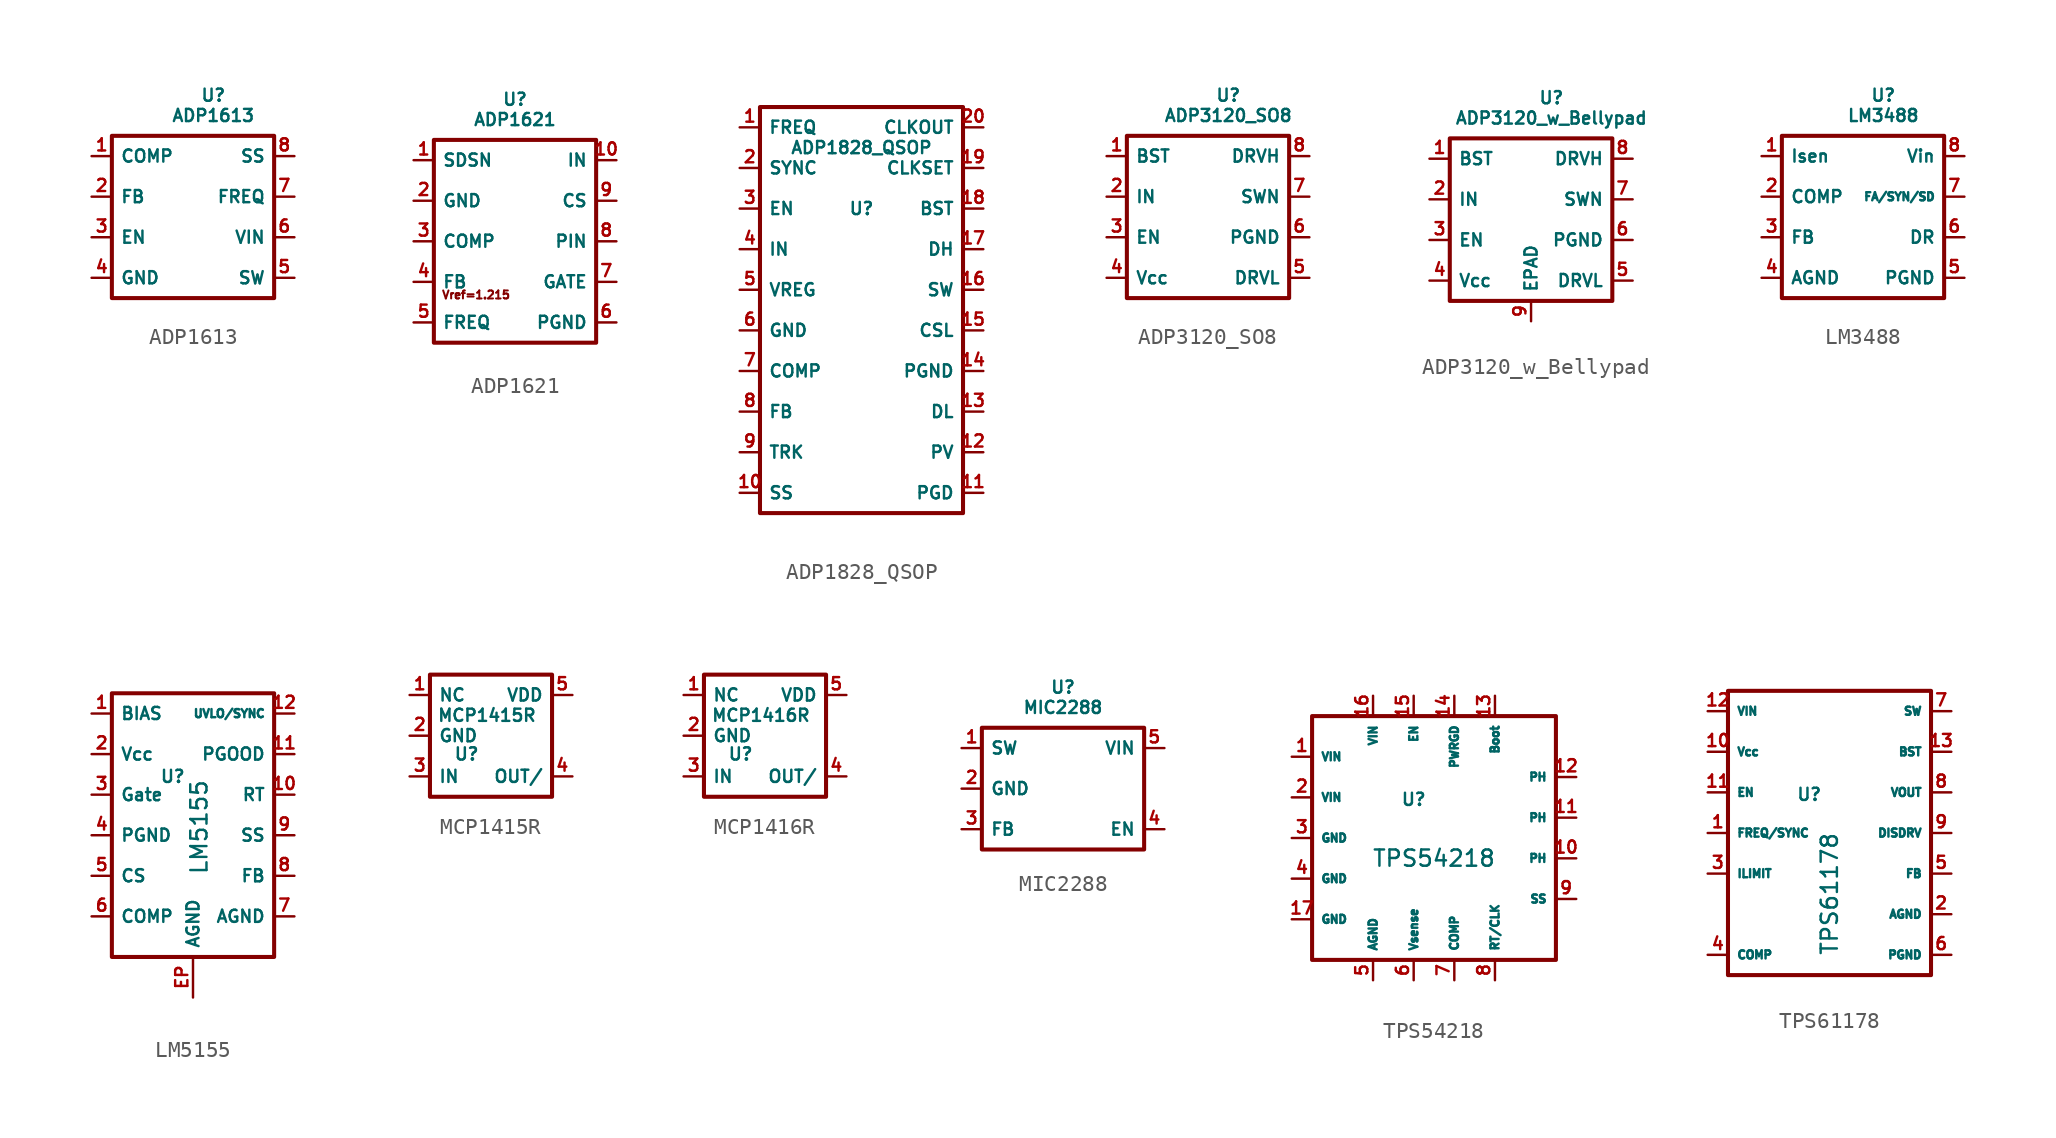
<source format=kicad_sym>
(kicad_symbol_lib
  (version 20210619)
  (generator kicad_symbol_editor)
  (symbol "Bobs_Power_Switching_ICs:ADP1613"
    (property "Reference" "U"
      (at 1.27 7.62 0)
      (effects (font (size 0.762 0.762))))
    (property "Value" "ADP1613"
      (at 1.27 6.35 0)
      (effects (font (size 0.762 0.762))))
    (symbol "ADP1613_0_1"
      (rectangle (start -5.08 5.08) (end 5.08 -5.08) (stroke (width 0.254)) (fill (type none))))
    (symbol "ADP1613_1_1"
      (pin bidirectional line (at -6.35 3.81 0) (length 1.27) (name "COMP" (effects (font (size 0.762 0.762)))) (number "1" (effects (font (size 0.762 0.762)))))
      (pin input line (at -6.35 1.27 0) (length 1.27) (name "FB" (effects (font (size 0.762 0.762)))) (number "2" (effects (font (size 0.762 0.762)))))
      (pin input line (at -6.35 -1.27 0) (length 1.27) (name "EN" (effects (font (size 0.762 0.762)))) (number "3" (effects (font (size 0.762 0.762)))))
      (pin power_in line (at -6.35 -3.81 0) (length 1.27) (name "GND" (effects (font (size 0.762 0.762)))) (number "4" (effects (font (size 0.762 0.762)))))
      (pin power_out line (at 6.35 -3.81 180) (length 1.27) (name "SW" (effects (font (size 0.762 0.762)))) (number "5" (effects (font (size 0.762 0.762)))))
      (pin power_in line (at 6.35 -1.27 180) (length 1.27) (name "VIN" (effects (font (size 0.762 0.762)))) (number "6" (effects (font (size 0.762 0.762)))))
      (pin input line (at 6.35 1.27 180) (length 1.27) (name "FREQ" (effects (font (size 0.762 0.762)))) (number "7" (effects (font (size 0.762 0.762)))))
      (pin bidirectional line (at 6.35 3.81 180) (length 1.27) (name "SS" (effects (font (size 0.762 0.762)))) (number "8" (effects (font (size 0.762 0.762)))))))
  (symbol "Bobs_Power_Switching_ICs:ADP1621"
    (property "Reference" "U"
      (at 0 8.89 0)
      (effects (font (size 0.762 0.762))))
    (property "Value" "ADP1621"
      (at 0 7.62 0)
      (effects (font (size 0.762 0.762))))
    (symbol "ADP1621_0_0"
      (text "Vref=1.215" (at -2.438 -3.353 0) (effects (font (size 0.5 0.5)))))
    (symbol "ADP1621_0_1"
      (rectangle (start -5.08 6.35) (end 5.08 -6.35) (stroke (width 0.254)) (fill (type none))))
    (symbol "ADP1621_1_1"
      (pin input line (at -6.35 5.08 0) (length 1.27) (name "SDSN" (effects (font (size 0.762 0.762)))) (number "1" (effects (font (size 0.762 0.762)))))
      (pin power_in line (at 6.35 5.08 180) (length 1.27) (name "IN" (effects (font (size 0.762 0.762)))) (number "10" (effects (font (size 0.762 0.762)))))
      (pin power_in line (at -6.35 2.54 0) (length 1.27) (name "GND" (effects (font (size 0.762 0.762)))) (number "2" (effects (font (size 0.762 0.762)))))
      (pin bidirectional line (at -6.35 0 0) (length 1.27) (name "COMP" (effects (font (size 0.762 0.762)))) (number "3" (effects (font (size 0.762 0.762)))))
      (pin input line (at -6.35 -2.54 0) (length 1.27) (name "FB" (effects (font (size 0.762 0.762)))) (number "4" (effects (font (size 0.762 0.762)))))
      (pin bidirectional line (at -6.35 -5.08 0) (length 1.27) (name "FREQ" (effects (font (size 0.762 0.762)))) (number "5" (effects (font (size 0.762 0.762)))))
      (pin power_in line (at 6.35 -5.08 180) (length 1.27) (name "PGND" (effects (font (size 0.762 0.762)))) (number "6" (effects (font (size 0.762 0.762)))))
      (pin output line (at 6.35 -2.54 180) (length 1.27) (name "GATE" (effects (font (size 0.762 0.762)))) (number "7" (effects (font (size 0.762 0.762)))))
      (pin power_in line (at 6.35 0 180) (length 1.27) (name "PIN" (effects (font (size 0.762 0.762)))) (number "8" (effects (font (size 0.762 0.762)))))
      (pin input line (at 6.35 2.54 180) (length 1.27) (name "CS" (effects (font (size 0.762 0.762)))) (number "9" (effects (font (size 0.762 0.762)))))))
  (symbol "Bobs_Power_Switching_ICs:ADP1828_QSOP"
    (property "Reference" "U"
      (at 0 6.35 0)
      (effects (font (size 0.762 0.762))))
    (property "Value" "ADP1828_QSOP"
      (at 0 10.16 0)
      (effects (font (size 0.762 0.762))))
    (symbol "ADP1828_QSOP_0_1"
      (rectangle (start -6.35 12.7) (end 6.35 -12.7) (stroke (width 0.254)) (fill (type none))))
    (symbol "ADP1828_QSOP_1_1"
      (pin input line (at -7.62 11.43 0) (length 1.27) (name "FREQ" (effects (font (size 0.762 0.762)))) (number "1" (effects (font (size 0.762 0.762)))))
      (pin input line (at -7.62 -11.43 0) (length 1.27) (name "SS" (effects (font (size 0.762 0.762)))) (number "10" (effects (font (size 0.762 0.762)))))
      (pin output line (at 7.62 -11.43 180) (length 1.27) (name "PGD" (effects (font (size 0.762 0.762)))) (number "11" (effects (font (size 0.762 0.762)))))
      (pin input line (at 7.62 -8.89 180) (length 1.27) (name "PV" (effects (font (size 0.762 0.762)))) (number "12" (effects (font (size 0.762 0.762)))))
      (pin output line (at 7.62 -6.35 180) (length 1.27) (name "DL" (effects (font (size 0.762 0.762)))) (number "13" (effects (font (size 0.762 0.762)))))
      (pin power_in line (at 7.62 -3.81 180) (length 1.27) (name "PGND" (effects (font (size 0.762 0.762)))) (number "14" (effects (font (size 0.762 0.762)))))
      (pin input line (at 7.62 -1.27 180) (length 1.27) (name "CSL" (effects (font (size 0.762 0.762)))) (number "15" (effects (font (size 0.762 0.762)))))
      (pin input line (at 7.62 1.27 180) (length 1.27) (name "SW" (effects (font (size 0.762 0.762)))) (number "16" (effects (font (size 0.762 0.762)))))
      (pin output line (at 7.62 3.81 180) (length 1.27) (name "DH" (effects (font (size 0.762 0.762)))) (number "17" (effects (font (size 0.762 0.762)))))
      (pin input line (at 7.62 6.35 180) (length 1.27) (name "BST" (effects (font (size 0.762 0.762)))) (number "18" (effects (font (size 0.762 0.762)))))
      (pin input line (at 7.62 8.89 180) (length 1.27) (name "CLKSET" (effects (font (size 0.762 0.762)))) (number "19" (effects (font (size 0.762 0.762)))))
      (pin input line (at -7.62 8.89 0) (length 1.27) (name "SYNC" (effects (font (size 0.762 0.762)))) (number "2" (effects (font (size 0.762 0.762)))))
      (pin output line (at 7.62 11.43 180) (length 1.27) (name "CLKOUT" (effects (font (size 0.762 0.762)))) (number "20" (effects (font (size 0.762 0.762)))))
      (pin input line (at -7.62 6.35 0) (length 1.27) (name "EN" (effects (font (size 0.762 0.762)))) (number "3" (effects (font (size 0.762 0.762)))))
      (pin input line (at -7.62 3.81 0) (length 1.27) (name "IN" (effects (font (size 0.762 0.762)))) (number "4" (effects (font (size 0.762 0.762)))))
      (pin power_out line (at -7.62 1.27 0) (length 1.27) (name "VREG" (effects (font (size 0.762 0.762)))) (number "5" (effects (font (size 0.762 0.762)))))
      (pin power_in line (at -7.62 -1.27 0) (length 1.27) (name "GND" (effects (font (size 0.762 0.762)))) (number "6" (effects (font (size 0.762 0.762)))))
      (pin output line (at -7.62 -3.81 0) (length 1.27) (name "COMP" (effects (font (size 0.762 0.762)))) (number "7" (effects (font (size 0.762 0.762)))))
      (pin input line (at -7.62 -6.35 0) (length 1.27) (name "FB" (effects (font (size 0.762 0.762)))) (number "8" (effects (font (size 0.762 0.762)))))
      (pin input line (at -7.62 -8.89 0) (length 1.27) (name "TRK" (effects (font (size 0.762 0.762)))) (number "9" (effects (font (size 0.762 0.762)))))))
  (symbol "Bobs_Power_Switching_ICs:ADP3120_SO8"
    (property "Reference" "U"
      (at 1.27 7.62 0)
      (effects (font (size 0.762 0.762))))
    (property "Value" "ADP3120_SO8"
      (at 1.27 6.35 0)
      (effects (font (size 0.762 0.762))))
    (symbol "ADP3120_SO8_0_1"
      (rectangle (start -5.08 5.08) (end 5.08 -5.08) (stroke (width 0.254)) (fill (type none))))
    (symbol "ADP3120_SO8_1_1"
      (pin power_in line (at -6.35 3.81 0) (length 1.27) (name "BST" (effects (font (size 0.762 0.762)))) (number "1" (effects (font (size 0.762 0.762)))))
      (pin input line (at -6.35 1.27 0) (length 1.27) (name "IN" (effects (font (size 0.762 0.762)))) (number "2" (effects (font (size 0.762 0.762)))))
      (pin input line (at -6.35 -1.27 0) (length 1.27) (name "EN" (effects (font (size 0.762 0.762)))) (number "3" (effects (font (size 0.762 0.762)))))
      (pin power_in line (at -6.35 -3.81 0) (length 1.27) (name "Vcc" (effects (font (size 0.762 0.762)))) (number "4" (effects (font (size 0.762 0.762)))))
      (pin output line (at 6.35 -3.81 180) (length 1.27) (name "DRVL" (effects (font (size 0.762 0.762)))) (number "5" (effects (font (size 0.762 0.762)))))
      (pin power_in line (at 6.35 -1.27 180) (length 1.27) (name "PGND" (effects (font (size 0.762 0.762)))) (number "6" (effects (font (size 0.762 0.762)))))
      (pin bidirectional line (at 6.35 1.27 180) (length 1.27) (name "SWN" (effects (font (size 0.762 0.762)))) (number "7" (effects (font (size 0.762 0.762)))))
      (pin output line (at 6.35 3.81 180) (length 1.27) (name "DRVH" (effects (font (size 0.762 0.762)))) (number "8" (effects (font (size 0.762 0.762)))))))
  (symbol "Bobs_Power_Switching_ICs:ADP3120_w_Bellypad"
    (property "Reference" "U"
      (at 1.27 7.62 0)
      (effects (font (size 0.762 0.762))))
    (property "Value" "ADP3120_w_Bellypad"
      (at 1.27 6.35 0)
      (effects (font (size 0.762 0.762))))
    (symbol "ADP3120_w_Bellypad_0_1"
      (rectangle (start -5.08 5.08) (end 5.08 -5.08) (stroke (width 0.254)) (fill (type none))))
    (symbol "ADP3120_w_Bellypad_1_1"
      (pin power_in line (at -6.35 3.81 0) (length 1.27) (name "BST" (effects (font (size 0.762 0.762)))) (number "1" (effects (font (size 0.762 0.762)))))
      (pin input line (at -6.35 1.27 0) (length 1.27) (name "IN" (effects (font (size 0.762 0.762)))) (number "2" (effects (font (size 0.762 0.762)))))
      (pin input line (at -6.35 -1.27 0) (length 1.27) (name "EN" (effects (font (size 0.762 0.762)))) (number "3" (effects (font (size 0.762 0.762)))))
      (pin power_in line (at -6.35 -3.81 0) (length 1.27) (name "Vcc" (effects (font (size 0.762 0.762)))) (number "4" (effects (font (size 0.762 0.762)))))
      (pin output line (at 6.35 -3.81 180) (length 1.27) (name "DRVL" (effects (font (size 0.762 0.762)))) (number "5" (effects (font (size 0.762 0.762)))))
      (pin power_in line (at 6.35 -1.27 180) (length 1.27) (name "PGND" (effects (font (size 0.762 0.762)))) (number "6" (effects (font (size 0.762 0.762)))))
      (pin bidirectional line (at 6.35 1.27 180) (length 1.27) (name "SWN" (effects (font (size 0.762 0.762)))) (number "7" (effects (font (size 0.762 0.762)))))
      (pin output line (at 6.35 3.81 180) (length 1.27) (name "DRVH" (effects (font (size 0.762 0.762)))) (number "8" (effects (font (size 0.762 0.762)))))
      (pin output line (at 0 -6.35 90) (length 1.27) (name "EPAD" (effects (font (size 0.762 0.762)))) (number "9" (effects (font (size 0.762 0.762)))))))
  (symbol "Bobs_Power_Switching_ICs:LM3488"
    (property "Reference" "U"
      (at 1.27 7.62 0)
      (effects (font (size 0.762 0.762))))
    (property "Value" "LM3488"
      (at 1.27 6.35 0)
      (effects (font (size 0.762 0.762))))
    (symbol "LM3488_0_1"
      (rectangle (start -5.08 5.08) (end 5.08 -5.08) (stroke (width 0.254)) (fill (type none))))
    (symbol "LM3488_1_1"
      (pin input line (at -6.35 3.81 0) (length 1.27) (name "Isen" (effects (font (size 0.762 0.762)))) (number "1" (effects (font (size 0.762 0.762)))))
      (pin bidirectional line (at -6.35 1.27 0) (length 1.27) (name "COMP" (effects (font (size 0.762 0.762)))) (number "2" (effects (font (size 0.762 0.762)))))
      (pin input line (at -6.35 -1.27 0) (length 1.27) (name "FB" (effects (font (size 0.762 0.762)))) (number "3" (effects (font (size 0.762 0.762)))))
      (pin power_in line (at -6.35 -3.81 0) (length 1.27) (name "AGND" (effects (font (size 0.762 0.762)))) (number "4" (effects (font (size 0.762 0.762)))))
      (pin power_in line (at 6.35 -3.81 180) (length 1.27) (name "PGND" (effects (font (size 0.762 0.762)))) (number "5" (effects (font (size 0.762 0.762)))))
      (pin output line (at 6.35 -1.27 180) (length 1.27) (name "DR" (effects (font (size 0.762 0.762)))) (number "6" (effects (font (size 0.762 0.762)))))
      (pin input line (at 6.35 1.27 180) (length 1.27) (name "FA/SYN/SD" (effects (font (size 0.508 0.508)))) (number "7" (effects (font (size 0.762 0.762)))))
      (pin power_in line (at 6.35 3.81 180) (length 1.27) (name "Vin" (effects (font (size 0.762 0.762)))) (number "8" (effects (font (size 0.762 0.762)))))))
  (symbol "Bobs_Power_Switching_ICs:LM5155"
    (property "Reference" "U"
      (at -1.27 2.413 0)
      (effects (font (size 0.762 0.762))))
    (property "Value" "LM5155"
      (at 0.381 -0.762 90)
      (effects (font (size 1.016 1.016))))
    (symbol "LM5155_0_1"
      (rectangle (start -5.08 7.62) (end 5.08 -8.89) (stroke (width 0.254)) (fill (type none))))
    (symbol "LM5155_1_1"
      (pin power_in line (at -6.35 6.35 0) (length 1.27) (name "BIAS" (effects (font (size 0.762 0.762)))) (number "1" (effects (font (size 0.762 0.762)))))
      (pin bidirectional line (at 6.35 1.27 180) (length 1.27) (name "RT" (effects (font (size 0.762 0.762)))) (number "10" (effects (font (size 0.762 0.762)))))
      (pin output line (at 6.35 3.81 180) (length 1.27) (name "PGOOD" (effects (font (size 0.762 0.762)))) (number "11" (effects (font (size 0.762 0.762)))))
      (pin input line (at 6.35 6.35 180) (length 1.27) (name "UVLO/SYNC" (effects (font (size 0.508 0.508)))) (number "12" (effects (font (size 0.762 0.762)))))
      (pin bidirectional line (at -6.35 3.81 0) (length 1.27) (name "Vcc" (effects (font (size 0.762 0.762)))) (number "2" (effects (font (size 0.762 0.762)))))
      (pin output line (at -6.35 1.27 0) (length 1.27) (name "Gate" (effects (font (size 0.762 0.762)))) (number "3" (effects (font (size 0.762 0.762)))))
      (pin power_in line (at -6.35 -1.27 0) (length 1.27) (name "PGND" (effects (font (size 0.762 0.762)))) (number "4" (effects (font (size 0.762 0.762)))))
      (pin input line (at -6.35 -3.81 0) (length 1.27) (name "CS" (effects (font (size 0.762 0.762)))) (number "5" (effects (font (size 0.762 0.762)))))
      (pin bidirectional line (at -6.35 -6.35 0) (length 1.27) (name "COMP" (effects (font (size 0.762 0.762)))) (number "6" (effects (font (size 0.762 0.762)))))
      (pin power_in line (at 6.35 -6.35 180) (length 1.27) (name "AGND" (effects (font (size 0.762 0.762)))) (number "7" (effects (font (size 0.762 0.762)))))
      (pin input line (at 6.35 -3.81 180) (length 1.27) (name "FB" (effects (font (size 0.762 0.762)))) (number "8" (effects (font (size 0.762 0.762)))))
      (pin bidirectional line (at 6.35 -1.27 180) (length 1.27) (name "SS" (effects (font (size 0.762 0.762)))) (number "9" (effects (font (size 0.762 0.762)))))
      (pin power_in line (at 0 -11.43 90) (length 2.54) (name "AGND" (effects (font (size 0.762 0.762)))) (number "EP" (effects (font (size 0.762 0.762)))))))
  (symbol "Bobs_Power_Switching_ICs:MCP1415R"
    (property "Reference" "U"
      (at -1.524 -1.143 0)
      (effects (font (size 0.762 0.762))))
    (property "Value" "MCP1415R"
      (at -0.254 1.27 0)
      (effects (font (size 0.762 0.762))))
    (symbol "MCP1415R_1_0"
      (pin passive line (at -5.08 2.54 0) (length 1.27) (name "NC" (effects (font (size 0.762 0.762)))) (number "1" (effects (font (size 0.762 0.762)))))
      (pin input line (at -5.08 0 0) (length 1.27) (name "GND" (effects (font (size 0.762 0.762)))) (number "2" (effects (font (size 0.762 0.762)))))
      (pin input line (at -5.08 -2.54 0) (length 1.27) (name "IN" (effects (font (size 0.762 0.762)))) (number "3" (effects (font (size 0.762 0.762)))))
      (pin output line (at 5.08 -2.54 180) (length 1.27) (name "OUT/" (effects (font (size 0.762 0.762)))) (number "4" (effects (font (size 0.762 0.762))))))
    (symbol "MCP1415R_1_1"
      (rectangle (start -3.81 3.81) (end 3.81 -3.81) (stroke (width 0.254)) (fill (type none)))
      (pin power_in line (at 5.08 2.54 180) (length 1.27) (name "VDD" (effects (font (size 0.762 0.762)))) (number "5" (effects (font (size 0.762 0.762)))))))
  (symbol "Bobs_Power_Switching_ICs:MCP1416R"
    (property "Reference" "U"
      (at -1.524 -1.143 0)
      (effects (font (size 0.762 0.762))))
    (property "Value" "MCP1416R"
      (at -0.254 1.27 0)
      (effects (font (size 0.762 0.762))))
    (symbol "MCP1416R_1_0"
      (pin passive line (at -5.08 2.54 0) (length 1.27) (name "NC" (effects (font (size 0.762 0.762)))) (number "1" (effects (font (size 0.762 0.762)))))
      (pin input line (at -5.08 0 0) (length 1.27) (name "GND" (effects (font (size 0.762 0.762)))) (number "2" (effects (font (size 0.762 0.762)))))
      (pin input line (at -5.08 -2.54 0) (length 1.27) (name "IN" (effects (font (size 0.762 0.762)))) (number "3" (effects (font (size 0.762 0.762)))))
      (pin output line (at 5.08 -2.54 180) (length 1.27) (name "OUT/" (effects (font (size 0.762 0.762)))) (number "4" (effects (font (size 0.762 0.762))))))
    (symbol "MCP1416R_1_1"
      (rectangle (start -3.81 3.81) (end 3.81 -3.81) (stroke (width 0.254)) (fill (type none)))
      (pin power_in line (at 5.08 2.54 180) (length 1.27) (name "VDD" (effects (font (size 0.762 0.762)))) (number "5" (effects (font (size 0.762 0.762)))))))
  (symbol "Bobs_Power_Switching_ICs:MIC2288"
    (property "Reference" "U"
      (at 0 6.35 0)
      (effects (font (size 0.762 0.762))))
    (property "Value" "MIC2288"
      (at 0 5.08 0)
      (effects (font (size 0.762 0.762))))
    (symbol "MIC2288_0_1"
      (rectangle (start -5.08 3.81) (end 5.08 -3.81) (stroke (width 0.254)) (fill (type none))))
    (symbol "MIC2288_1_1"
      (pin bidirectional line (at -6.35 2.54 0) (length 1.27) (name "SW" (effects (font (size 0.762 0.762)))) (number "1" (effects (font (size 0.762 0.762)))))
      (pin power_in line (at -6.35 0 0) (length 1.27) (name "GND" (effects (font (size 0.762 0.762)))) (number "2" (effects (font (size 0.762 0.762)))))
      (pin input line (at -6.35 -2.54 0) (length 1.27) (name "FB" (effects (font (size 0.762 0.762)))) (number "3" (effects (font (size 0.762 0.762)))))
      (pin input line (at 6.35 -2.54 180) (length 1.27) (name "EN" (effects (font (size 0.762 0.762)))) (number "4" (effects (font (size 0.762 0.762)))))
      (pin power_in line (at 6.35 2.54 180) (length 1.27) (name "VIN" (effects (font (size 0.762 0.762)))) (number "5" (effects (font (size 0.762 0.762)))))))
  (symbol "Bobs_Power_Switching_ICs:TPS54218"
    (property "Reference" "U"
      (at -1.27 2.413 0)
      (effects (font (size 0.762 0.762))))
    (property "Value" "TPS54218"
      (at 0 -1.27 0)
      (effects (font (size 1.016 1.016))))
    (symbol "TPS54218_0_1"
      (rectangle (start -7.62 7.62) (end 7.62 -7.62) (stroke (width 0.254)) (fill (type none))))
    (symbol "TPS54218_1_1"
      (pin power_in line (at -8.89 5.08 0) (length 1.27) (name "VIN" (effects (font (size 0.508 0.508)))) (number "1" (effects (font (size 0.762 0.762)))))
      (pin power_out line (at 8.89 -1.27 180) (length 1.27) (name "PH" (effects (font (size 0.508 0.508)))) (number "10" (effects (font (size 0.762 0.762)))))
      (pin power_out line (at 8.89 1.27 180) (length 1.27) (name "PH" (effects (font (size 0.508 0.508)))) (number "11" (effects (font (size 0.762 0.762)))))
      (pin power_out line (at 8.89 3.81 180) (length 1.27) (name "PH" (effects (font (size 0.508 0.508)))) (number "12" (effects (font (size 0.762 0.762)))))
      (pin bidirectional line (at 3.81 8.89 270) (length 1.27) (name "Boot" (effects (font (size 0.508 0.508)))) (number "13" (effects (font (size 0.762 0.762)))))
      (pin output line (at 1.27 8.89 270) (length 1.27) (name "PWRGD" (effects (font (size 0.508 0.508)))) (number "14" (effects (font (size 0.762 0.762)))))
      (pin input line (at -1.27 8.89 270) (length 1.27) (name "EN" (effects (font (size 0.508 0.508)))) (number "15" (effects (font (size 0.762 0.762)))))
      (pin power_in line (at -3.81 8.89 270) (length 1.27) (name "VIN" (effects (font (size 0.508 0.508)))) (number "16" (effects (font (size 0.762 0.762)))))
      (pin power_in line (at -8.89 -5.08 0) (length 1.27) (name "GND" (effects (font (size 0.508 0.508)))) (number "17" (effects (font (size 0.762 0.762)))))
      (pin power_in line (at -8.89 2.54 0) (length 1.27) (name "VIN" (effects (font (size 0.508 0.508)))) (number "2" (effects (font (size 0.762 0.762)))))
      (pin power_in line (at -8.89 0 0) (length 1.27) (name "GND" (effects (font (size 0.508 0.508)))) (number "3" (effects (font (size 0.762 0.762)))))
      (pin power_in line (at -8.89 -2.54 0) (length 1.27) (name "GND" (effects (font (size 0.508 0.508)))) (number "4" (effects (font (size 0.762 0.762)))))
      (pin power_in line (at -3.81 -8.89 90) (length 1.27) (name "AGND" (effects (font (size 0.508 0.508)))) (number "5" (effects (font (size 0.762 0.762)))))
      (pin input line (at -1.27 -8.89 90) (length 1.27) (name "Vsense" (effects (font (size 0.508 0.508)))) (number "6" (effects (font (size 0.762 0.762)))))
      (pin bidirectional line (at 1.27 -8.89 90) (length 1.27) (name "COMP" (effects (font (size 0.508 0.508)))) (number "7" (effects (font (size 0.762 0.762)))))
      (pin input line (at 3.81 -8.89 90) (length 1.27) (name "RT/CLK" (effects (font (size 0.508 0.508)))) (number "8" (effects (font (size 0.762 0.762)))))
      (pin bidirectional line (at 8.89 -3.81 180) (length 1.27) (name "SS" (effects (font (size 0.508 0.508)))) (number "9" (effects (font (size 0.762 0.762)))))))
  (symbol "Bobs_Power_Switching_ICs:TPS61178"
    (property "Reference" "U"
      (at -1.27 2.413 0)
      (effects (font (size 0.762 0.762))))
    (property "Value" "TPS61178"
      (at 0 -3.81 90)
      (effects (font (size 1.016 1.016))))
    (symbol "TPS61178_0_1"
      (rectangle (start -6.35 8.89) (end 6.35 -8.89) (stroke (width 0.254)) (fill (type none))))
    (symbol "TPS61178_1_1"
      (pin input line (at -7.62 0 0) (length 1.27) (name "FREQ/SYNC" (effects (font (size 0.508 0.508)))) (number "1" (effects (font (size 0.762 0.762)))))
      (pin passive line (at -7.62 5.08 0) (length 1.27) (name "Vcc" (effects (font (size 0.508 0.508)))) (number "10" (effects (font (size 0.762 0.762)))))
      (pin input line (at -7.62 2.54 0) (length 1.27) (name "EN" (effects (font (size 0.508 0.508)))) (number "11" (effects (font (size 0.762 0.762)))))
      (pin power_in line (at -7.62 7.62 0) (length 1.27) (name "VIN" (effects (font (size 0.508 0.508)))) (number "12" (effects (font (size 0.762 0.762)))))
      (pin bidirectional line (at 7.62 5.08 180) (length 1.27) (name "BST" (effects (font (size 0.508 0.508)))) (number "13" (effects (font (size 0.762 0.762)))))
      (pin power_in line (at 7.62 -5.08 180) (length 1.27) (name "AGND" (effects (font (size 0.508 0.508)))) (number "2" (effects (font (size 0.762 0.762)))))
      (pin input line (at -7.62 -2.54 0) (length 1.27) (name "ILIMIT" (effects (font (size 0.508 0.508)))) (number "3" (effects (font (size 0.762 0.762)))))
      (pin bidirectional line (at -7.62 -7.62 0) (length 1.27) (name "COMP" (effects (font (size 0.508 0.508)))) (number "4" (effects (font (size 0.762 0.762)))))
      (pin input line (at 7.62 -2.54 180) (length 1.27) (name "FB" (effects (font (size 0.508 0.508)))) (number "5" (effects (font (size 0.762 0.762)))))
      (pin power_in line (at 7.62 -7.62 180) (length 1.27) (name "PGND" (effects (font (size 0.508 0.508)))) (number "6" (effects (font (size 0.762 0.762)))))
      (pin bidirectional line (at 7.62 7.62 180) (length 1.27) (name "SW" (effects (font (size 0.508 0.508)))) (number "7" (effects (font (size 0.762 0.762)))))
      (pin power_out line (at 7.62 2.54 180) (length 1.27) (name "VOUT" (effects (font (size 0.508 0.508)))) (number "8" (effects (font (size 0.762 0.762)))))
      (pin output line (at 7.62 0 180) (length 1.27) (name "DISDRV" (effects (font (size 0.508 0.508)))) (number "9" (effects (font (size 0.762 0.762))))))))
</source>
